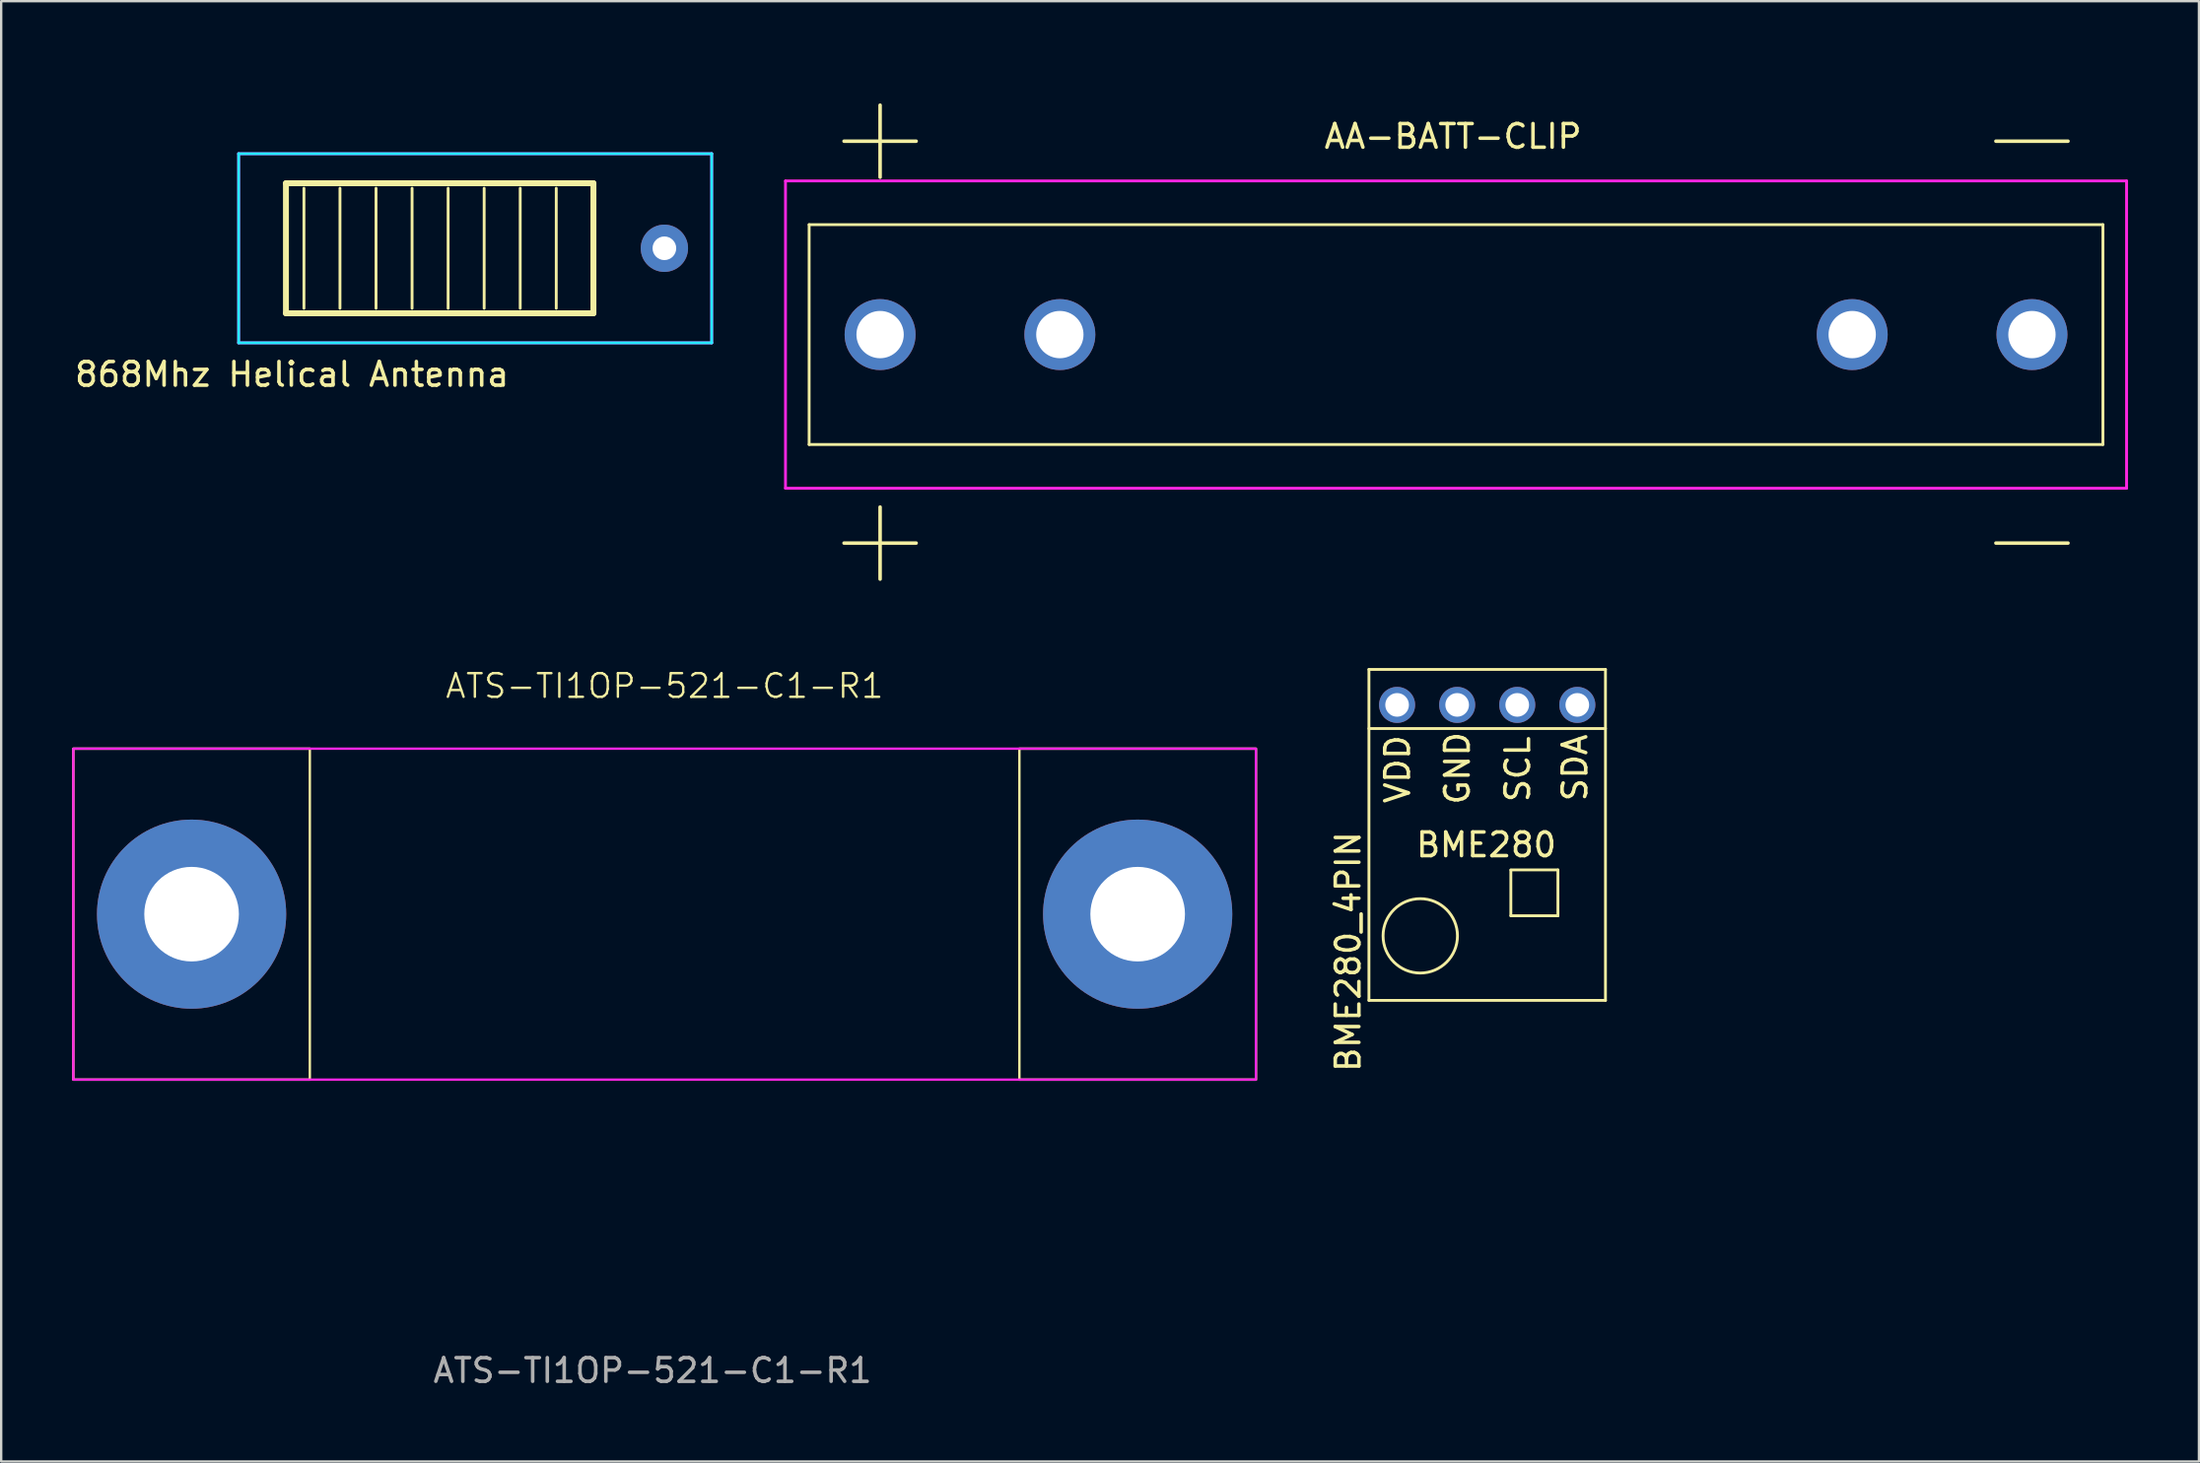
<source format=kicad_pcb>
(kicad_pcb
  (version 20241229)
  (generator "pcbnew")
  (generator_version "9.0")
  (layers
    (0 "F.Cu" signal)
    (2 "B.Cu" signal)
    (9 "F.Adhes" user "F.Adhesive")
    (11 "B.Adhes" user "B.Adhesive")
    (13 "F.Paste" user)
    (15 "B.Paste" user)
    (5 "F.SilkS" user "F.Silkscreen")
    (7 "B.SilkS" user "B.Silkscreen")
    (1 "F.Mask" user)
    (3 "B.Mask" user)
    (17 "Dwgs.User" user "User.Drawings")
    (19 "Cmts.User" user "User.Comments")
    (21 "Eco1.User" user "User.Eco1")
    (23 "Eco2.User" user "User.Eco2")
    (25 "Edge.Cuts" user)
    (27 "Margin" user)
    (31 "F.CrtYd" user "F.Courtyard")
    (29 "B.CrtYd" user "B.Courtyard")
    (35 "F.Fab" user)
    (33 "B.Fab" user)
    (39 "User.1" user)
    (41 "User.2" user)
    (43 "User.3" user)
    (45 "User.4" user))
  (footprint "868Mhz Helical Antenna"
    (layer "F.Cu")
    (at 25.04 7.452)
    (property "Reference" "868Mhz Helical Antenna" (at -15.748 5.334 0) (layer "F.SilkS") (effects (font (size 1 1) (thickness 0.15))))
    (attr through_hole)
    (fp_line (start -16 -2.75) (end -3 -2.75) (stroke (width 0.25) (type solid)) (layer "F.SilkS"))
    (fp_line (start -16 2.75) (end -16 -2.75) (stroke (width 0.25) (type solid)) (layer "F.SilkS"))
    (fp_line (start -16 2.75) (end -3 2.75) (stroke (width 0.25) (type solid)) (layer "F.SilkS"))
    (fp_line (start -15.24 -2.54) (end -15.24 2.54) (stroke (width 0.12) (type solid)) (layer "F.SilkS"))
    (fp_line (start -13.716 -2.54) (end -13.716 2.54) (stroke (width 0.12) (type solid)) (layer "F.SilkS"))
    (fp_line (start -12.192 -2.54) (end -12.192 2.54) (stroke (width 0.12) (type solid)) (layer "F.SilkS"))
    (fp_line (start -10.668 -2.54) (end -10.668 2.54) (stroke (width 0.12) (type solid)) (layer "F.SilkS"))
    (fp_line (start -9.144 -2.54) (end -9.144 2.54) (stroke (width 0.12) (type solid)) (layer "F.SilkS"))
    (fp_line (start -7.62 -2.54) (end -7.62 2.54) (stroke (width 0.12) (type solid)) (layer "F.SilkS"))
    (fp_line (start -6.096 -2.54) (end -6.096 2.54) (stroke (width 0.12) (type solid)) (layer "F.SilkS"))
    (fp_line (start -4.572 -2.54) (end -4.572 2.54) (stroke (width 0.12) (type solid)) (layer "F.SilkS"))
    (fp_line (start -3 2.75) (end -3 -2.75) (stroke (width 0.25) (type solid)) (layer "F.SilkS"))
    (fp_line (start -17 -3.5) (end -1.75 -3.5) (stroke (width 0.12) (type solid)) (layer "Eco1.User"))
    (fp_line (start -17 3.5) (end -17 -3.5) (stroke (width 0.12) (type solid)) (layer "Eco1.User"))
    (fp_line (start -1.75 -3.5) (end -1.75 3.5) (stroke (width 0.12) (type solid)) (layer "Eco1.User"))
    (fp_line (start -1.75 3.5) (end -17 3.5) (stroke (width 0.12) (type solid)) (layer "Eco1.User"))
    (fp_line (start -18 -4) (end -18 4) (stroke (width 0.12) (type solid)) (layer "B.CrtYd"))
    (fp_line (start -18 -4) (end 2 -4) (stroke (width 0.12) (type solid)) (layer "B.CrtYd"))
    (fp_line (start -18 4) (end 2 4) (stroke (width 0.12) (type solid)) (layer "B.CrtYd"))
    (fp_line (start 2 -4) (end 2 4) (stroke (width 0.12) (type solid)) (layer "B.CrtYd"))
    (fp_line (start -18 -4) (end -18 4) (stroke (width 0.12) (type solid)) (layer "F.CrtYd"))
    (fp_line (start -18 -4) (end 2 -4) (stroke (width 0.12) (type solid)) (layer "F.CrtYd"))
    (fp_line (start -18 4) (end 2 4) (stroke (width 0.12) (type solid)) (layer "F.CrtYd"))
    (fp_line (start 2 -4) (end 2 4) (stroke (width 0.12) (type solid)) (layer "F.CrtYd"))
    (fp_text user "CUT OUT AS SHOWN" (at -9.652 -6.604 0) (layer "Eco1.User") (effects (font (size 1 1) (thickness 0.15))))
    (pad "1" thru_hole circle (at 0 0) (size 2 2) (drill 1) (layers "*.Cu" "*.Mask")))
  (footprint "ATS-TI1OP-521-C1-R1"
    (layer "F.Cu")
    (at 25.05 35.619)
    (property "Reference" "ATS-TI1OP-521-C1-R1" (at 0 -9.652 0) (unlocked yes) (layer "F.SilkS") (effects (font (size 1 1) (thickness 0.1))))
    (attr through_hole)
    (fp_rect (start -25 -7) (end -15 7) (stroke (width 0.1) (type default)) (fill no) (layer "F.SilkS"))
    (fp_rect (start 15 -7) (end 25 7) (stroke (width 0.1) (type default)) (fill no) (layer "F.SilkS"))
    (fp_rect (start -25 -7) (end 25 7) (stroke (width 0.1) (type default)) (fill no) (layer "F.CrtYd"))
    (fp_text user "${REFERENCE}" (at -0.508 19.304 0) (unlocked yes) (layer "F.Fab") (effects (font (size 1 1) (thickness 0.15))))
    (pad "1" thru_hole circle (at -20 0) (size 8 8) (drill 4) (layers "*.Cu" "*.Mask"))
    (pad "1" thru_hole circle (at 20 0) (size 8 8) (drill 4) (layers "*.Cu" "*.Mask")))
  (footprint "BME280_4PIN"
    (layer "F.Cu")
    (at 59.828 26.767)
    (property "Reference" "BME280_4PIN" (at -5.88 10.44 90) (layer "F.SilkS") (effects (font (size 1 1) (thickness 0.15))))
    (attr through_hole)
    (fp_line (start -5 -1.5) (end -5 12.5) (stroke (width 0.12) (type solid)) (layer "F.SilkS"))
    (fp_line (start -5 -1.5) (end 5 -1.5) (stroke (width 0.12) (type solid)) (layer "F.SilkS"))
    (fp_line (start -5 1) (end 5 1) (stroke (width 0.12) (type solid)) (layer "F.SilkS"))
    (fp_line (start -5 12.5) (end 5 12.5) (stroke (width 0.12) (type solid)) (layer "F.SilkS"))
    (fp_line (start 1 6.99) (end 1 8.92) (stroke (width 0.12) (type solid)) (layer "F.SilkS"))
    (fp_line (start 1 8.92) (end 2.99 8.92) (stroke (width 0.12) (type solid)) (layer "F.SilkS"))
    (fp_line (start 2.99 6.98) (end 1 6.98) (stroke (width 0.12) (type solid)) (layer "F.SilkS"))
    (fp_line (start 2.99 8.92) (end 2.99 6.98) (stroke (width 0.12) (type solid)) (layer "F.SilkS"))
    (fp_line (start 5 -1.5) (end 5 12.5) (stroke (width 0.12) (type solid)) (layer "F.SilkS"))
    (fp_circle (center -2.83 9.77) (end -1.96 11.08) (stroke (width 0.12) (type solid)) (fill no) (layer "F.SilkS"))
    (fp_text user "BME280" (at -0.04 5.92 0) (layer "F.SilkS") (effects (font (size 1 1) (thickness 0.15))))
    (fp_text user "SDA" (at 3.71 2.66 90) (layer "F.SilkS") (effects (font (size 1 1) (thickness 0.15))))
    (fp_text user "GND" (at -1.26 2.68 90) (layer "F.SilkS") (effects (font (size 1 1) (thickness 0.15))))
    (fp_text user "VDD" (at -3.79 2.72 90) (layer "F.SilkS") (effects (font (size 1 1) (thickness 0.15))))
    (fp_text user "SCL" (at 1.29 2.72 90) (layer "F.SilkS") (effects (font (size 1 1) (thickness 0.15))))
    (pad "1" thru_hole circle (at -3.81 0) (size 1.524 1.524) (drill 1) (layers "*.Cu" "*.Mask"))
    (pad "2" thru_hole circle (at -1.27 0) (size 1.524 1.524) (drill 1) (layers "*.Cu" "*.Mask"))
    (pad "3" thru_hole circle (at 1.27 0) (size 1.524 1.524) (drill 1) (layers "*.Cu" "*.Mask"))
    (pad "4" thru_hole circle (at 3.81 0) (size 1.524 1.524) (drill 1) (layers "*.Cu" "*.Mask")))
  (footprint "AA-BATT-CLIP"
    (layer "F.Cu")
    (at 58.51 11.103)
    (property "Reference" "AA-BATT-CLIP" (at -0.127 -8.382 0) (layer "F.SilkS") (effects (font (size 1 1) (thickness 0.15))))
    (attr through_hole)
    (fp_line (start -27.35 -4.65) (end -27.35 4.65) (stroke (width 0.12) (type solid)) (layer "F.SilkS"))
    (fp_line (start -27.35 -4.65) (end 27.35 -4.65) (stroke (width 0.12) (type solid)) (layer "F.SilkS"))
    (fp_line (start -27.35 4.65) (end 27.35 4.65) (stroke (width 0.12) (type solid)) (layer "F.SilkS"))
    (fp_line (start 27.35 -4.65) (end 27.35 4.65) (stroke (width 0.12) (type solid)) (layer "F.SilkS"))
    (fp_line (start -28.35 -6.5) (end -28.35 6.5) (stroke (width 0.12) (type solid)) (layer "F.CrtYd"))
    (fp_line (start -28.35 -6.5) (end 28.35 -6.5) (stroke (width 0.12) (type solid)) (layer "F.CrtYd"))
    (fp_line (start -28.35 6.5) (end 28.35 6.5) (stroke (width 0.12) (type solid)) (layer "F.CrtYd"))
    (fp_line (start 28.35 -6.5) (end 28.35 6.5) (stroke (width 0.12) (type solid)) (layer "F.CrtYd"))
    (fp_text user "-" (at 24.35 8.5 0) (layer "F.SilkS") (effects (font (size 4 4) (thickness 0.15))))
    (fp_text user "+" (at -24.35 8.5 0) (layer "F.SilkS") (effects (font (size 4 4) (thickness 0.15))))
    (fp_text user "-" (at 24.35 -8.5 0) (layer "F.SilkS") (effects (font (size 4 4) (thickness 0.15))))
    (fp_text user "+" (at -24.35 -8.5 0) (layer "F.SilkS") (effects (font (size 4 4) (thickness 0.15))))
    (pad "1" thru_hole circle (at -24.35 0) (size 3 3) (drill 2) (layers "*.Cu" "*.Mask"))
    (pad "2" thru_hole circle (at -16.75 0) (size 3 3) (drill 2) (layers "*.Cu" "*.Mask"))
    (pad "3" thru_hole circle (at 16.75 0) (size 3 3) (drill 2) (layers "*.Cu" "*.Mask"))
    (pad "4" thru_hole circle (at 24.35 0) (size 3 3) (drill 2) (layers "*.Cu" "*.Mask")))
  (gr_rect
    (start -3 -3)
    (end 89.92 58.771)
    (stroke (width 0.1) (type default))
    (fill no)
    (layer "Edge.Cuts")))
</source>
